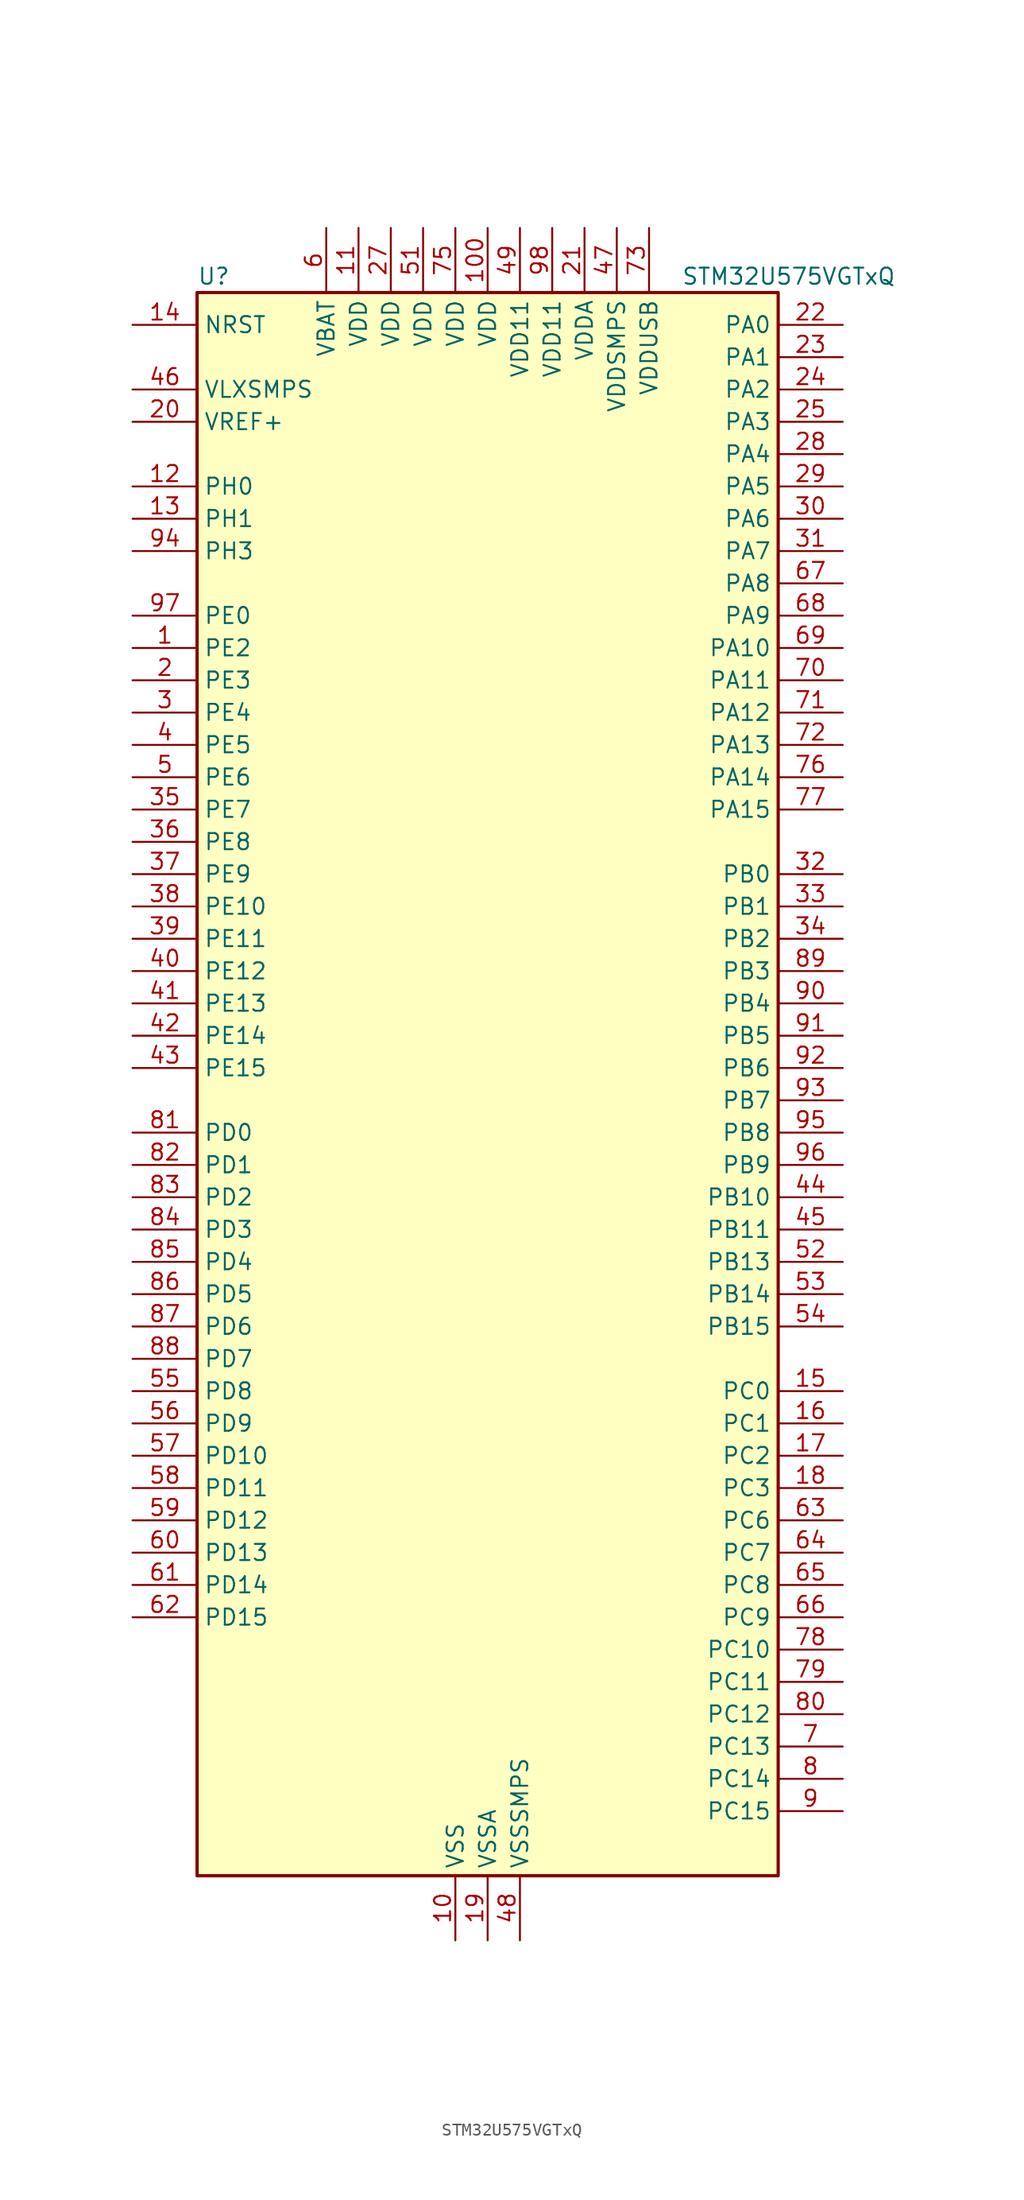
<source format=kicad_sym>
(kicad_symbol_lib
  (version 20211014)
  (generator kicad-library-utils)
  (symbol "STM32U575VGTxQ"
    (property "Reference" "U"
      (at -22.86 64.77 0)
      (effects (font (size 1.27 1.27)) (justify left)))
    (property "Value" "STM32U575VGTxQ"
      (at 15.24 64.77 0)
      (effects (font (size 1.27 1.27)) (justify left)))
    (property "ki_fp_filters" "LQFP*14x14mm*P0.5mm*"
      (at 0.0 0.0 0.0)
      (effects (font (size 1.27 1.27))))
    (symbol "STM32U575VGTxQ_0_1"
      (rectangle (start -22.86 -60.96) (end 22.86 63.5) (stroke (width 0.254)) (fill (type background))))
    (symbol "STM32U575VGTxQ_1_1"
      (pin input line (at -27.94 60.96 0) (length 5.08) (name "NRST" (effects (font (size 1.27 1.27)))) (number "14" (effects (font (size 1.27 1.27)))))
      (pin power_in line (at -27.94 55.88 0) (length 5.08) (name "VLXSMPS" (effects (font (size 1.27 1.27)))) (number "46" (effects (font (size 1.27 1.27)))))
      (pin input line (at -27.94 53.34 0) (length 5.08) (name "VREF+" (effects (font (size 1.27 1.27)))) (number "20" (effects (font (size 1.27 1.27)))) (alternate "VREFBUF_OUT" bidirectional line))
      (pin bidirectional line (at -27.94 48.26 0) (length 5.08) (name "PH0" (effects (font (size 1.27 1.27)))) (number "12" (effects (font (size 1.27 1.27)))) (alternate "RCC_OSC_IN" bidirectional line))
      (pin bidirectional line (at -27.94 45.72 0) (length 5.08) (name "PH1" (effects (font (size 1.27 1.27)))) (number "13" (effects (font (size 1.27 1.27)))) (alternate "RCC_OSC_OUT" bidirectional line))
      (pin bidirectional line (at -27.94 43.18 0) (length 5.08) (name "PH3" (effects (font (size 1.27 1.27)))) (number "94" (effects (font (size 1.27 1.27)))))
      (pin bidirectional line (at -27.94 38.1 0) (length 5.08) (name "PE0" (effects (font (size 1.27 1.27)))) (number "97" (effects (font (size 1.27 1.27)))) (alternate "DCMI_D2" bidirectional line) (alternate "FMC_NBL0" bidirectional line) (alternate "PSSI_D2" bidirectional line) (alternate "TIM16_CH1" bidirectional line) (alternate "TIM4_ETR" bidirectional line))
      (pin bidirectional line (at -27.94 35.56 0) (length 5.08) (name "PE2" (effects (font (size 1.27 1.27)))) (number "1" (effects (font (size 1.27 1.27)))) (alternate "DEBUG_TRACECLK" bidirectional line) (alternate "FMC_A23" bidirectional line) (alternate "SAI1_CK1" bidirectional line) (alternate "SAI1_MCLK_A" bidirectional line) (alternate "TIM3_ETR" bidirectional line) (alternate "TSC_G7_IO1" bidirectional line))
      (pin bidirectional line (at -27.94 33.02 0) (length 5.08) (name "PE3" (effects (font (size 1.27 1.27)))) (number "2" (effects (font (size 1.27 1.27)))) (alternate "DEBUG_TRACED0" bidirectional line) (alternate "FMC_A19" bidirectional line) (alternate "OCTOSPIM_P1_DQS" bidirectional line) (alternate "SAI1_SD_B" bidirectional line) (alternate "TAMP_IN6" bidirectional line) (alternate "TAMP_OUT3" bidirectional line) (alternate "TIM3_CH1" bidirectional line) (alternate "TSC_G7_IO2" bidirectional line))
      (pin bidirectional line (at -27.94 30.48 0) (length 5.08) (name "PE4" (effects (font (size 1.27 1.27)))) (number "3" (effects (font (size 1.27 1.27)))) (alternate "DCMI_D4" bidirectional line) (alternate "DEBUG_TRACED1" bidirectional line) (alternate "FMC_A20" bidirectional line) (alternate "MDF1_SDI3" bidirectional line) (alternate "PSSI_D4" bidirectional line) (alternate "PWR_WKUP1" bidirectional line) (alternate "SAI1_D2" bidirectional line) (alternate "SAI1_FS_A" bidirectional line) (alternate "TAMP_IN7" bidirectional line) (alternate "TAMP_OUT8" bidirectional line) (alternate "TIM3_CH2" bidirectional line) (alternate "TSC_G7_IO3" bidirectional line))
      (pin bidirectional line (at -27.94 27.94 0) (length 5.08) (name "PE5" (effects (font (size 1.27 1.27)))) (number "4" (effects (font (size 1.27 1.27)))) (alternate "DCMI_D6" bidirectional line) (alternate "DEBUG_TRACED2" bidirectional line) (alternate "FMC_A21" bidirectional line) (alternate "MDF1_CKI3" bidirectional line) (alternate "PSSI_D6" bidirectional line) (alternate "PWR_WKUP2" bidirectional line) (alternate "SAI1_CK2" bidirectional line) (alternate "SAI1_SCK_A" bidirectional line) (alternate "TAMP_IN8" bidirectional line) (alternate "TAMP_OUT7" bidirectional line) (alternate "TIM3_CH3" bidirectional line) (alternate "TSC_G7_IO4" bidirectional line))
      (pin bidirectional line (at -27.94 25.4 0) (length 5.08) (name "PE6" (effects (font (size 1.27 1.27)))) (number "5" (effects (font (size 1.27 1.27)))) (alternate "DCMI_D7" bidirectional line) (alternate "DEBUG_TRACED3" bidirectional line) (alternate "FMC_A22" bidirectional line) (alternate "PSSI_D7" bidirectional line) (alternate "PWR_WKUP3" bidirectional line) (alternate "SAI1_D1" bidirectional line) (alternate "SAI1_SD_A" bidirectional line) (alternate "TAMP_IN3" bidirectional line) (alternate "TAMP_OUT6" bidirectional line) (alternate "TIM3_CH4" bidirectional line))
      (pin bidirectional line (at -27.94 22.86 0) (length 5.08) (name "PE7" (effects (font (size 1.27 1.27)))) (number "35" (effects (font (size 1.27 1.27)))) (alternate "FMC_D4" bidirectional line) (alternate "FMC_DA4" bidirectional line) (alternate "MDF1_SDI2" bidirectional line) (alternate "PWR_WKUP6" bidirectional line) (alternate "SAI1_SD_B" bidirectional line) (alternate "TIM1_ETR" bidirectional line))
      (pin bidirectional line (at -27.94 20.32 0) (length 5.08) (name "PE8" (effects (font (size 1.27 1.27)))) (number "36" (effects (font (size 1.27 1.27)))) (alternate "FMC_D5" bidirectional line) (alternate "FMC_DA5" bidirectional line) (alternate "MDF1_CKI2" bidirectional line) (alternate "PWR_WKUP7" bidirectional line) (alternate "SAI1_SCK_B" bidirectional line) (alternate "TIM1_CH1N" bidirectional line))
      (pin bidirectional line (at -27.94 17.78 0) (length 5.08) (name "PE9" (effects (font (size 1.27 1.27)))) (number "37" (effects (font (size 1.27 1.27)))) (alternate "ADF1_CCK0" bidirectional line) (alternate "DAC1_EXTI9" bidirectional line) (alternate "FMC_D6" bidirectional line) (alternate "FMC_DA6" bidirectional line) (alternate "MDF1_CCK0" bidirectional line) (alternate "OCTOSPIM_P1_NCLK" bidirectional line) (alternate "SAI1_FS_B" bidirectional line) (alternate "TIM1_CH1" bidirectional line))
      (pin bidirectional line (at -27.94 15.24 0) (length 5.08) (name "PE10" (effects (font (size 1.27 1.27)))) (number "38" (effects (font (size 1.27 1.27)))) (alternate "ADF1_SDI0" bidirectional line) (alternate "FMC_D7" bidirectional line) (alternate "FMC_DA7" bidirectional line) (alternate "MDF1_SDI4" bidirectional line) (alternate "OCTOSPIM_P1_CLK" bidirectional line) (alternate "SAI1_MCLK_B" bidirectional line) (alternate "TIM1_CH2N" bidirectional line) (alternate "TSC_G5_IO1" bidirectional line))
      (pin bidirectional line (at -27.94 12.7 0) (length 5.08) (name "PE11" (effects (font (size 1.27 1.27)))) (number "39" (effects (font (size 1.27 1.27)))) (alternate "ADC1_EXTI11" bidirectional line) (alternate "FMC_D8" bidirectional line) (alternate "FMC_DA8" bidirectional line) (alternate "MDF1_CKI4" bidirectional line) (alternate "OCTOSPIM_P1_NCS" bidirectional line) (alternate "SPI1_RDY" bidirectional line) (alternate "TIM1_CH2" bidirectional line) (alternate "TSC_G5_IO2" bidirectional line))
      (pin bidirectional line (at -27.94 10.16 0) (length 5.08) (name "PE12" (effects (font (size 1.27 1.27)))) (number "40" (effects (font (size 1.27 1.27)))) (alternate "FMC_D9" bidirectional line) (alternate "FMC_DA9" bidirectional line) (alternate "MDF1_SDI5" bidirectional line) (alternate "OCTOSPIM_P1_IO0" bidirectional line) (alternate "SPI1_NSS" bidirectional line) (alternate "TIM1_CH3N" bidirectional line) (alternate "TSC_G5_IO3" bidirectional line))
      (pin bidirectional line (at -27.94 7.62 0) (length 5.08) (name "PE13" (effects (font (size 1.27 1.27)))) (number "41" (effects (font (size 1.27 1.27)))) (alternate "FMC_D10" bidirectional line) (alternate "FMC_DA10" bidirectional line) (alternate "MDF1_CKI5" bidirectional line) (alternate "OCTOSPIM_P1_IO1" bidirectional line) (alternate "SPI1_SCK" bidirectional line) (alternate "TIM1_CH3" bidirectional line) (alternate "TSC_G5_IO4" bidirectional line))
      (pin bidirectional line (at -27.94 5.08 0) (length 5.08) (name "PE14" (effects (font (size 1.27 1.27)))) (number "42" (effects (font (size 1.27 1.27)))) (alternate "FMC_D11" bidirectional line) (alternate "FMC_DA11" bidirectional line) (alternate "OCTOSPIM_P1_IO2" bidirectional line) (alternate "SPI1_MISO" bidirectional line) (alternate "TIM1_BKIN2" bidirectional line) (alternate "TIM1_CH4" bidirectional line))
      (pin bidirectional line (at -27.94 2.54 0) (length 5.08) (name "PE15" (effects (font (size 1.27 1.27)))) (number "43" (effects (font (size 1.27 1.27)))) (alternate "ADC1_EXTI15" bidirectional line) (alternate "ADC4_EXTI15" bidirectional line) (alternate "FMC_D12" bidirectional line) (alternate "FMC_DA12" bidirectional line) (alternate "OCTOSPIM_P1_IO3" bidirectional line) (alternate "SPI1_MOSI" bidirectional line) (alternate "TIM1_BKIN" bidirectional line) (alternate "TIM1_CH4N" bidirectional line))
      (pin bidirectional line (at -27.94 -2.54 0) (length 5.08) (name "PD0" (effects (font (size 1.27 1.27)))) (number "81" (effects (font (size 1.27 1.27)))) (alternate "FDCAN1_RX" bidirectional line) (alternate "FMC_D2" bidirectional line) (alternate "FMC_DA2" bidirectional line) (alternate "SPI2_NSS" bidirectional line) (alternate "TIM8_CH4N" bidirectional line))
      (pin bidirectional line (at -27.94 -5.08 0) (length 5.08) (name "PD1" (effects (font (size 1.27 1.27)))) (number "82" (effects (font (size 1.27 1.27)))) (alternate "FDCAN1_TX" bidirectional line) (alternate "FMC_D3" bidirectional line) (alternate "FMC_DA3" bidirectional line) (alternate "SPI2_SCK" bidirectional line))
      (pin bidirectional line (at -27.94 -7.62 0) (length 5.08) (name "PD2" (effects (font (size 1.27 1.27)))) (number "83" (effects (font (size 1.27 1.27)))) (alternate "DCMI_D11" bidirectional line) (alternate "DEBUG_TRACED2" bidirectional line) (alternate "LPTIM4_ETR" bidirectional line) (alternate "PSSI_D11" bidirectional line) (alternate "SDMMC1_CMD" bidirectional line) (alternate "TIM3_ETR" bidirectional line) (alternate "TSC_SYNC" bidirectional line) (alternate "UART5_RX" bidirectional line) (alternate "USART3_DE" bidirectional line) (alternate "USART3_RTS" bidirectional line))
      (pin bidirectional line (at -27.94 -10.16 0) (length 5.08) (name "PD3" (effects (font (size 1.27 1.27)))) (number "84" (effects (font (size 1.27 1.27)))) (alternate "DCMI_D5" bidirectional line) (alternate "FMC_CLK" bidirectional line) (alternate "MDF1_SDI0" bidirectional line) (alternate "OCTOSPIM_P2_NCS" bidirectional line) (alternate "PSSI_D5" bidirectional line) (alternate "SPI2_MISO" bidirectional line) (alternate "SPI2_SCK" bidirectional line) (alternate "USART2_CTS" bidirectional line))
      (pin bidirectional line (at -27.94 -12.7 0) (length 5.08) (name "PD4" (effects (font (size 1.27 1.27)))) (number "85" (effects (font (size 1.27 1.27)))) (alternate "FMC_NOE" bidirectional line) (alternate "MDF1_CKI0" bidirectional line) (alternate "OCTOSPIM_P1_IO4" bidirectional line) (alternate "SPI2_MOSI" bidirectional line) (alternate "USART2_DE" bidirectional line) (alternate "USART2_RTS" bidirectional line))
      (pin bidirectional line (at -27.94 -15.24 0) (length 5.08) (name "PD5" (effects (font (size 1.27 1.27)))) (number "86" (effects (font (size 1.27 1.27)))) (alternate "FMC_NWE" bidirectional line) (alternate "OCTOSPIM_P1_IO5" bidirectional line) (alternate "SPI2_RDY" bidirectional line) (alternate "USART2_TX" bidirectional line))
      (pin bidirectional line (at -27.94 -17.78 0) (length 5.08) (name "PD6" (effects (font (size 1.27 1.27)))) (number "87" (effects (font (size 1.27 1.27)))) (alternate "DCMI_D10" bidirectional line) (alternate "FMC_NWAIT" bidirectional line) (alternate "MDF1_SDI1" bidirectional line) (alternate "OCTOSPIM_P1_IO6" bidirectional line) (alternate "PSSI_D10" bidirectional line) (alternate "SAI1_D1" bidirectional line) (alternate "SAI1_SD_A" bidirectional line) (alternate "SDMMC2_CK" bidirectional line) (alternate "SPI3_MOSI" bidirectional line) (alternate "USART2_RX" bidirectional line))
      (pin bidirectional line (at -27.94 -20.32 0) (length 5.08) (name "PD7" (effects (font (size 1.27 1.27)))) (number "88" (effects (font (size 1.27 1.27)))) (alternate "FMC_NCE" bidirectional line) (alternate "FMC_NE1" bidirectional line) (alternate "LPTIM4_OUT" bidirectional line) (alternate "MDF1_CKI1" bidirectional line) (alternate "OCTOSPIM_P1_IO7" bidirectional line) (alternate "SDMMC2_CMD" bidirectional line) (alternate "USART2_CK" bidirectional line))
      (pin bidirectional line (at -27.94 -22.86 0) (length 5.08) (name "PD8" (effects (font (size 1.27 1.27)))) (number "55" (effects (font (size 1.27 1.27)))) (alternate "DCMI_HSYNC" bidirectional line) (alternate "FMC_D13" bidirectional line) (alternate "FMC_DA13" bidirectional line) (alternate "PSSI_DE" bidirectional line) (alternate "USART3_TX" bidirectional line))
      (pin bidirectional line (at -27.94 -25.4 0) (length 5.08) (name "PD9" (effects (font (size 1.27 1.27)))) (number "56" (effects (font (size 1.27 1.27)))) (alternate "DAC1_EXTI9" bidirectional line) (alternate "DCMI_PIXCLK" bidirectional line) (alternate "FMC_D14" bidirectional line) (alternate "FMC_DA14" bidirectional line) (alternate "LPTIM2_IN2" bidirectional line) (alternate "LPTIM3_IN1" bidirectional line) (alternate "PSSI_PDCK" bidirectional line) (alternate "SAI2_MCLK_A" bidirectional line) (alternate "USART3_RX" bidirectional line))
      (pin bidirectional line (at -27.94 -27.94 0) (length 5.08) (name "PD10" (effects (font (size 1.27 1.27)))) (number "57" (effects (font (size 1.27 1.27)))) (alternate "FMC_D15" bidirectional line) (alternate "FMC_DA15" bidirectional line) (alternate "LPTIM2_CH2" bidirectional line) (alternate "LPTIM3_ETR" bidirectional line) (alternate "SAI2_SCK_A" bidirectional line) (alternate "TSC_G6_IO1" bidirectional line) (alternate "USART3_CK" bidirectional line))
      (pin bidirectional line (at -27.94 -30.48 0) (length 5.08) (name "PD11" (effects (font (size 1.27 1.27)))) (number "58" (effects (font (size 1.27 1.27)))) (alternate "ADC1_EXTI11" bidirectional line) (alternate "ADC4_IN15" bidirectional line) (alternate "FMC_A16" bidirectional line) (alternate "FMC_CLE" bidirectional line) (alternate "I2C4_SMBA" bidirectional line) (alternate "LPTIM2_ETR" bidirectional line) (alternate "SAI2_SD_A" bidirectional line) (alternate "TSC_G6_IO2" bidirectional line) (alternate "USART3_CTS" bidirectional line))
      (pin bidirectional line (at -27.94 -33.02 0) (length 5.08) (name "PD12" (effects (font (size 1.27 1.27)))) (number "59" (effects (font (size 1.27 1.27)))) (alternate "ADC4_IN16" bidirectional line) (alternate "FMC_A17" bidirectional line) (alternate "FMC_ALE" bidirectional line) (alternate "I2C4_SCL" bidirectional line) (alternate "LPTIM2_IN1" bidirectional line) (alternate "SAI2_FS_A" bidirectional line) (alternate "TIM4_CH1" bidirectional line) (alternate "TSC_G6_IO3" bidirectional line) (alternate "USART3_DE" bidirectional line) (alternate "USART3_RTS" bidirectional line))
      (pin bidirectional line (at -27.94 -35.56 0) (length 5.08) (name "PD13" (effects (font (size 1.27 1.27)))) (number "60" (effects (font (size 1.27 1.27)))) (alternate "ADC4_IN17" bidirectional line) (alternate "FMC_A18" bidirectional line) (alternate "I2C4_SDA" bidirectional line) (alternate "LPTIM2_CH1" bidirectional line) (alternate "LPTIM4_IN1" bidirectional line) (alternate "TIM4_CH2" bidirectional line) (alternate "TSC_G6_IO4" bidirectional line))
      (pin bidirectional line (at -27.94 -38.1 0) (length 5.08) (name "PD14" (effects (font (size 1.27 1.27)))) (number "61" (effects (font (size 1.27 1.27)))) (alternate "FMC_D0" bidirectional line) (alternate "FMC_DA0" bidirectional line) (alternate "LPTIM3_CH1" bidirectional line) (alternate "TIM4_CH3" bidirectional line))
      (pin bidirectional line (at -27.94 -40.64 0) (length 5.08) (name "PD15" (effects (font (size 1.27 1.27)))) (number "62" (effects (font (size 1.27 1.27)))) (alternate "ADC1_EXTI15" bidirectional line) (alternate "ADC4_EXTI15" bidirectional line) (alternate "FMC_D1" bidirectional line) (alternate "FMC_DA1" bidirectional line) (alternate "LPTIM3_CH2" bidirectional line) (alternate "TIM4_CH4" bidirectional line))
      (pin bidirectional line (at 27.94 60.96 180) (length 5.08) (name "PA0" (effects (font (size 1.27 1.27)))) (number "22" (effects (font (size 1.27 1.27)))) (alternate "ADC1_IN5" bidirectional line) (alternate "AUDIOCLK" bidirectional line) (alternate "OCTOSPIM_P2_NCS" bidirectional line) (alternate "OPAMP1_VINP" bidirectional line) (alternate "PWR_WKUP1" bidirectional line) (alternate "SDMMC2_CMD" bidirectional line) (alternate "SPI3_RDY" bidirectional line) (alternate "TAMP_IN2" bidirectional line) (alternate "TAMP_OUT1" bidirectional line) (alternate "TIM2_CH1" bidirectional line) (alternate "TIM2_ETR" bidirectional line) (alternate "TIM5_CH1" bidirectional line) (alternate "TIM8_ETR" bidirectional line) (alternate "UART4_TX" bidirectional line) (alternate "USART2_CTS" bidirectional line))
      (pin bidirectional line (at 27.94 58.42 180) (length 5.08) (name "PA1" (effects (font (size 1.27 1.27)))) (number "23" (effects (font (size 1.27 1.27)))) (alternate "ADC1_IN6" bidirectional line) (alternate "I2C1_SMBA" bidirectional line) (alternate "LPTIM1_CH2" bidirectional line) (alternate "OCTOSPIM_P1_DQS" bidirectional line) (alternate "OPAMP1_VINM" bidirectional line) (alternate "PWR_WKUP3" bidirectional line) (alternate "SPI1_SCK" bidirectional line) (alternate "TAMP_IN5" bidirectional line) (alternate "TAMP_OUT4" bidirectional line) (alternate "TIM15_CH1N" bidirectional line) (alternate "TIM2_CH2" bidirectional line) (alternate "TIM5_CH2" bidirectional line) (alternate "UART4_RX" bidirectional line) (alternate "USART2_DE" bidirectional line) (alternate "USART2_RTS" bidirectional line))
      (pin bidirectional line (at 27.94 55.88 180) (length 5.08) (name "PA2" (effects (font (size 1.27 1.27)))) (number "24" (effects (font (size 1.27 1.27)))) (alternate "ADC1_IN7" bidirectional line) (alternate "COMP1_INP" bidirectional line) (alternate "LPUART1_TX" bidirectional line) (alternate "OCTOSPIM_P1_NCS" bidirectional line) (alternate "PWR_WKUP4" bidirectional line) (alternate "RCC_LSCO" bidirectional line) (alternate "SPI1_RDY" bidirectional line) (alternate "TIM15_CH1" bidirectional line) (alternate "TIM2_CH3" bidirectional line) (alternate "TIM5_CH3" bidirectional line) (alternate "UCPD1_FRSTX1" bidirectional line) (alternate "USART2_TX" bidirectional line))
      (pin bidirectional line (at 27.94 53.34 180) (length 5.08) (name "PA3" (effects (font (size 1.27 1.27)))) (number "25" (effects (font (size 1.27 1.27)))) (alternate "ADC1_IN8" bidirectional line) (alternate "LPUART1_RX" bidirectional line) (alternate "OCTOSPIM_P1_CLK" bidirectional line) (alternate "OPAMP1_VOUT" bidirectional line) (alternate "PWR_WKUP5" bidirectional line) (alternate "SAI1_CK1" bidirectional line) (alternate "SAI1_MCLK_A" bidirectional line) (alternate "TIM15_CH2" bidirectional line) (alternate "TIM2_CH4" bidirectional line) (alternate "TIM5_CH4" bidirectional line) (alternate "USART2_RX" bidirectional line))
      (pin bidirectional line (at 27.94 50.8 180) (length 5.08) (name "PA4" (effects (font (size 1.27 1.27)))) (number "28" (effects (font (size 1.27 1.27)))) (alternate "ADC1_IN9" bidirectional line) (alternate "ADC4_IN9" bidirectional line) (alternate "DAC1_OUT1" bidirectional line) (alternate "DCMI_HSYNC" bidirectional line) (alternate "LPTIM2_CH1" bidirectional line) (alternate "OCTOSPIM_P1_NCS" bidirectional line) (alternate "PSSI_DE" bidirectional line) (alternate "PWR_WKUP2" bidirectional line) (alternate "SAI1_FS_B" bidirectional line) (alternate "SPI1_NSS" bidirectional line) (alternate "SPI3_NSS" bidirectional line) (alternate "USART2_CK" bidirectional line))
      (pin bidirectional line (at 27.94 48.26 180) (length 5.08) (name "PA5" (effects (font (size 1.27 1.27)))) (number "29" (effects (font (size 1.27 1.27)))) (alternate "ADC1_IN10" bidirectional line) (alternate "ADC4_IN10" bidirectional line) (alternate "DAC1_OUT2" bidirectional line) (alternate "LPTIM2_ETR" bidirectional line) (alternate "PSSI_D14" bidirectional line) (alternate "PWR_CSLEEP" bidirectional line) (alternate "PWR_WKUP6" bidirectional line) (alternate "SPI1_SCK" bidirectional line) (alternate "TIM2_CH1" bidirectional line) (alternate "TIM2_ETR" bidirectional line) (alternate "TIM8_CH1N" bidirectional line) (alternate "USART3_RX" bidirectional line))
      (pin bidirectional line (at 27.94 45.72 180) (length 5.08) (name "PA6" (effects (font (size 1.27 1.27)))) (number "30" (effects (font (size 1.27 1.27)))) (alternate "ADC1_IN11" bidirectional line) (alternate "ADC4_IN11" bidirectional line) (alternate "DCMI_PIXCLK" bidirectional line) (alternate "LPUART1_CTS" bidirectional line) (alternate "OCTOSPIM_P1_IO3" bidirectional line) (alternate "OPAMP2_VINP" bidirectional line) (alternate "PSSI_PDCK" bidirectional line) (alternate "PWR_CDSTOP" bidirectional line) (alternate "PWR_WKUP7" bidirectional line) (alternate "SPI1_MISO" bidirectional line) (alternate "TIM16_CH1" bidirectional line) (alternate "TIM1_BKIN" bidirectional line) (alternate "TIM3_CH1" bidirectional line) (alternate "TIM8_BKIN" bidirectional line) (alternate "USART3_CTS" bidirectional line))
      (pin bidirectional line (at 27.94 43.18 180) (length 5.08) (name "PA7" (effects (font (size 1.27 1.27)))) (number "31" (effects (font (size 1.27 1.27)))) (alternate "ADC1_IN12" bidirectional line) (alternate "ADC4_IN20" bidirectional line) (alternate "I2C3_SCL" bidirectional line) (alternate "LPTIM2_CH2" bidirectional line) (alternate "OCTOSPIM_P1_IO2" bidirectional line) (alternate "OPAMP2_VINM" bidirectional line) (alternate "PWR_SRDSTOP" bidirectional line) (alternate "PWR_WKUP8" bidirectional line) (alternate "SPI1_MOSI" bidirectional line) (alternate "TIM17_CH1" bidirectional line) (alternate "TIM1_CH1N" bidirectional line) (alternate "TIM3_CH2" bidirectional line) (alternate "TIM8_CH1N" bidirectional line) (alternate "USART3_TX" bidirectional line))
      (pin bidirectional line (at 27.94 40.64 180) (length 5.08) (name "PA8" (effects (font (size 1.27 1.27)))) (number "67" (effects (font (size 1.27 1.27)))) (alternate "DEBUG_TRACECLK" bidirectional line) (alternate "LPTIM2_CH1" bidirectional line) (alternate "RCC_MCO" bidirectional line) (alternate "SAI1_CK2" bidirectional line) (alternate "SAI1_SCK_A" bidirectional line) (alternate "SPI1_RDY" bidirectional line) (alternate "TIM1_CH1" bidirectional line) (alternate "USART1_CK" bidirectional line) (alternate "USB_OTG_FS_SOF" bidirectional line))
      (pin bidirectional line (at 27.94 38.1 180) (length 5.08) (name "PA9" (effects (font (size 1.27 1.27)))) (number "68" (effects (font (size 1.27 1.27)))) (alternate "DAC1_EXTI9" bidirectional line) (alternate "DCMI_D0" bidirectional line) (alternate "PSSI_D0" bidirectional line) (alternate "SAI1_FS_A" bidirectional line) (alternate "SPI2_SCK" bidirectional line) (alternate "TIM15_BKIN" bidirectional line) (alternate "TIM1_CH2" bidirectional line) (alternate "USART1_TX" bidirectional line) (alternate "USB_OTG_FS_VBUS" bidirectional line))
      (pin bidirectional line (at 27.94 35.56 180) (length 5.08) (name "PA10" (effects (font (size 1.27 1.27)))) (number "69" (effects (font (size 1.27 1.27)))) (alternate "CRS_SYNC" bidirectional line) (alternate "DCMI_D1" bidirectional line) (alternate "LPTIM2_IN2" bidirectional line) (alternate "PSSI_D1" bidirectional line) (alternate "SAI1_D1" bidirectional line) (alternate "SAI1_SD_A" bidirectional line) (alternate "TIM17_BKIN" bidirectional line) (alternate "TIM1_CH3" bidirectional line) (alternate "USART1_RX" bidirectional line) (alternate "USB_OTG_FS_ID" bidirectional line))
      (pin bidirectional line (at 27.94 33.02 180) (length 5.08) (name "PA11" (effects (font (size 1.27 1.27)))) (number "70" (effects (font (size 1.27 1.27)))) (alternate "ADC1_EXTI11" bidirectional line) (alternate "FDCAN1_RX" bidirectional line) (alternate "SPI1_MISO" bidirectional line) (alternate "TIM1_BKIN2" bidirectional line) (alternate "TIM1_CH4" bidirectional line) (alternate "USART1_CTS" bidirectional line) (alternate "USB_OTG_FS_DM" bidirectional line))
      (pin bidirectional line (at 27.94 30.48 180) (length 5.08) (name "PA12" (effects (font (size 1.27 1.27)))) (number "71" (effects (font (size 1.27 1.27)))) (alternate "FDCAN1_TX" bidirectional line) (alternate "OCTOSPIM_P2_NCS" bidirectional line) (alternate "SPI1_MOSI" bidirectional line) (alternate "TIM1_ETR" bidirectional line) (alternate "USART1_DE" bidirectional line) (alternate "USART1_RTS" bidirectional line) (alternate "USB_OTG_FS_DP" bidirectional line))
      (pin bidirectional line (at 27.94 27.94 180) (length 5.08) (name "PA13" (effects (font (size 1.27 1.27)))) (number "72" (effects (font (size 1.27 1.27)))) (alternate "DEBUG_JTMS-SWDIO" bidirectional line) (alternate "IR_OUT" bidirectional line) (alternate "SAI1_SD_B" bidirectional line) (alternate "USB_OTG_FS_NOE" bidirectional line))
      (pin bidirectional line (at 27.94 25.4 180) (length 5.08) (name "PA14" (effects (font (size 1.27 1.27)))) (number "76" (effects (font (size 1.27 1.27)))) (alternate "DEBUG_JTCK-SWCLK" bidirectional line) (alternate "I2C1_SMBA" bidirectional line) (alternate "I2C4_SMBA" bidirectional line) (alternate "LPTIM1_CH1" bidirectional line) (alternate "SAI1_FS_B" bidirectional line) (alternate "USB_OTG_FS_SOF" bidirectional line))
      (pin bidirectional line (at 27.94 22.86 180) (length 5.08) (name "PA15" (effects (font (size 1.27 1.27)))) (number "77" (effects (font (size 1.27 1.27)))) (alternate "ADC1_EXTI15" bidirectional line) (alternate "ADC4_EXTI15" bidirectional line) (alternate "DEBUG_JTDI" bidirectional line) (alternate "SAI2_FS_B" bidirectional line) (alternate "SPI1_NSS" bidirectional line) (alternate "SPI3_NSS" bidirectional line) (alternate "TIM2_CH1" bidirectional line) (alternate "TIM2_ETR" bidirectional line) (alternate "UART4_DE" bidirectional line) (alternate "UART4_RTS" bidirectional line) (alternate "UCPD1_CC1" bidirectional line) (alternate "USART2_RX" bidirectional line) (alternate "USART3_DE" bidirectional line) (alternate "USART3_RTS" bidirectional line))
      (pin bidirectional line (at 27.94 17.78 180) (length 5.08) (name "PB0" (effects (font (size 1.27 1.27)))) (number "32" (effects (font (size 1.27 1.27)))) (alternate "ADC1_IN15" bidirectional line) (alternate "ADC4_IN18" bidirectional line) (alternate "AUDIOCLK" bidirectional line) (alternate "COMP1_OUT" bidirectional line) (alternate "LPTIM3_CH1" bidirectional line) (alternate "OCTOSPIM_P1_IO1" bidirectional line) (alternate "OPAMP2_VOUT" bidirectional line) (alternate "SPI1_NSS" bidirectional line) (alternate "TIM1_CH2N" bidirectional line) (alternate "TIM3_CH3" bidirectional line) (alternate "TIM8_CH2N" bidirectional line) (alternate "USART3_CK" bidirectional line))
      (pin bidirectional line (at 27.94 15.24 180) (length 5.08) (name "PB1" (effects (font (size 1.27 1.27)))) (number "33" (effects (font (size 1.27 1.27)))) (alternate "ADC1_IN16" bidirectional line) (alternate "ADC4_IN19" bidirectional line) (alternate "COMP1_INM" bidirectional line) (alternate "LPTIM2_IN1" bidirectional line) (alternate "LPTIM3_CH2" bidirectional line) (alternate "LPUART1_DE" bidirectional line) (alternate "LPUART1_RTS" bidirectional line) (alternate "MDF1_SDI0" bidirectional line) (alternate "OCTOSPIM_P1_IO0" bidirectional line) (alternate "PWR_WKUP4" bidirectional line) (alternate "TIM1_CH3N" bidirectional line) (alternate "TIM3_CH4" bidirectional line) (alternate "TIM8_CH3N" bidirectional line) (alternate "USART3_DE" bidirectional line) (alternate "USART3_RTS" bidirectional line))
      (pin bidirectional line (at 27.94 12.7 180) (length 5.08) (name "PB2" (effects (font (size 1.27 1.27)))) (number "34" (effects (font (size 1.27 1.27)))) (alternate "ADC1_IN17" bidirectional line) (alternate "COMP1_INP" bidirectional line) (alternate "I2C3_SMBA" bidirectional line) (alternate "LPTIM1_CH1" bidirectional line) (alternate "MDF1_CKI0" bidirectional line) (alternate "OCTOSPIM_P1_DQS" bidirectional line) (alternate "PWR_WKUP1" bidirectional line) (alternate "RTC_OUT2" bidirectional line) (alternate "SPI1_RDY" bidirectional line) (alternate "TIM8_CH4N" bidirectional line) (alternate "UCPD1_FRSTX1" bidirectional line))
      (pin bidirectional line (at 27.94 10.16 180) (length 5.08) (name "PB3" (effects (font (size 1.27 1.27)))) (number "89" (effects (font (size 1.27 1.27)))) (alternate "ADF1_CCK0" bidirectional line) (alternate "COMP2_INM" bidirectional line) (alternate "CRS_SYNC" bidirectional line) (alternate "DEBUG_JTDO-SWO" bidirectional line) (alternate "I2C1_SDA" bidirectional line) (alternate "LPTIM1_CH1" bidirectional line) (alternate "SAI1_SCK_B" bidirectional line) (alternate "SDMMC2_D2" bidirectional line) (alternate "SPI1_SCK" bidirectional line) (alternate "SPI3_SCK" bidirectional line) (alternate "TIM2_CH2" bidirectional line) (alternate "USART1_DE" bidirectional line) (alternate "USART1_RTS" bidirectional line))
      (pin bidirectional line (at 27.94 7.62 180) (length 5.08) (name "PB4" (effects (font (size 1.27 1.27)))) (number "90" (effects (font (size 1.27 1.27)))) (alternate "ADF1_SDI0" bidirectional line) (alternate "COMP2_INP" bidirectional line) (alternate "DCMI_D12" bidirectional line) (alternate "DEBUG_JTRST" bidirectional line) (alternate "I2C3_SDA" bidirectional line) (alternate "LPTIM1_CH2" bidirectional line) (alternate "PSSI_D12" bidirectional line) (alternate "SAI1_MCLK_B" bidirectional line) (alternate "SDMMC2_D3" bidirectional line) (alternate "SPI1_MISO" bidirectional line) (alternate "SPI3_MISO" bidirectional line) (alternate "TIM17_BKIN" bidirectional line) (alternate "TIM3_CH1" bidirectional line) (alternate "TSC_G2_IO1" bidirectional line) (alternate "UART5_DE" bidirectional line) (alternate "UART5_RTS" bidirectional line) (alternate "USART1_CTS" bidirectional line))
      (pin bidirectional line (at 27.94 5.08 180) (length 5.08) (name "PB5" (effects (font (size 1.27 1.27)))) (number "91" (effects (font (size 1.27 1.27)))) (alternate "COMP2_OUT" bidirectional line) (alternate "DCMI_D10" bidirectional line) (alternate "I2C1_SMBA" bidirectional line) (alternate "LPTIM1_IN1" bidirectional line) (alternate "OCTOSPIM_P1_NCLK" bidirectional line) (alternate "PSSI_D10" bidirectional line) (alternate "PWR_WKUP6" bidirectional line) (alternate "SAI1_SD_B" bidirectional line) (alternate "SPI1_MOSI" bidirectional line) (alternate "SPI3_MOSI" bidirectional line) (alternate "TIM16_BKIN" bidirectional line) (alternate "TIM3_CH2" bidirectional line) (alternate "TSC_G2_IO2" bidirectional line) (alternate "UART5_CTS" bidirectional line) (alternate "UCPD1_DBCC1" bidirectional line) (alternate "USART1_CK" bidirectional line))
      (pin bidirectional line (at 27.94 2.54 180) (length 5.08) (name "PB6" (effects (font (size 1.27 1.27)))) (number "92" (effects (font (size 1.27 1.27)))) (alternate "COMP2_INP" bidirectional line) (alternate "DCMI_D5" bidirectional line) (alternate "I2C1_SCL" bidirectional line) (alternate "I2C4_SCL" bidirectional line) (alternate "LPTIM1_ETR" bidirectional line) (alternate "MDF1_SDI5" bidirectional line) (alternate "PSSI_D5" bidirectional line) (alternate "PWR_WKUP3" bidirectional line) (alternate "SAI1_FS_B" bidirectional line) (alternate "TIM16_CH1N" bidirectional line) (alternate "TIM4_CH1" bidirectional line) (alternate "TIM8_BKIN2" bidirectional line) (alternate "TSC_G2_IO3" bidirectional line) (alternate "USART1_TX" bidirectional line))
      (pin bidirectional line (at 27.94 0.0 180) (length 5.08) (name "PB7" (effects (font (size 1.27 1.27)))) (number "93" (effects (font (size 1.27 1.27)))) (alternate "COMP2_INM" bidirectional line) (alternate "DCMI_VSYNC" bidirectional line) (alternate "FMC_NL" bidirectional line) (alternate "I2C1_SDA" bidirectional line) (alternate "I2C4_SDA" bidirectional line) (alternate "LPTIM1_IN2" bidirectional line) (alternate "MDF1_CKI5" bidirectional line) (alternate "PSSI_RDY" bidirectional line) (alternate "PWR_PVD_IN" bidirectional line) (alternate "PWR_WKUP4" bidirectional line) (alternate "TIM17_CH1N" bidirectional line) (alternate "TIM4_CH2" bidirectional line) (alternate "TIM8_BKIN" bidirectional line) (alternate "TSC_G2_IO4" bidirectional line) (alternate "UART4_CTS" bidirectional line) (alternate "USART1_RX" bidirectional line))
      (pin bidirectional line (at 27.94 -2.54 180) (length 5.08) (name "PB8" (effects (font (size 1.27 1.27)))) (number "95" (effects (font (size 1.27 1.27)))) (alternate "DCMI_D6" bidirectional line) (alternate "FDCAN1_RX" bidirectional line) (alternate "I2C1_SCL" bidirectional line) (alternate "MDF1_CCK0" bidirectional line) (alternate "PSSI_D6" bidirectional line) (alternate "PWR_WKUP5" bidirectional line) (alternate "SAI1_CK1" bidirectional line) (alternate "SAI1_MCLK_A" bidirectional line) (alternate "SDMMC1_CKIN" bidirectional line) (alternate "SDMMC1_D4" bidirectional line) (alternate "SDMMC2_D4" bidirectional line) (alternate "SPI3_RDY" bidirectional line) (alternate "TIM16_CH1" bidirectional line) (alternate "TIM4_CH3" bidirectional line))
      (pin bidirectional line (at 27.94 -5.08 180) (length 5.08) (name "PB9" (effects (font (size 1.27 1.27)))) (number "96" (effects (font (size 1.27 1.27)))) (alternate "DAC1_EXTI9" bidirectional line) (alternate "DCMI_D7" bidirectional line) (alternate "FDCAN1_TX" bidirectional line) (alternate "I2C1_SDA" bidirectional line) (alternate "IR_OUT" bidirectional line) (alternate "PSSI_D7" bidirectional line) (alternate "SAI1_D2" bidirectional line) (alternate "SAI1_FS_A" bidirectional line) (alternate "SDMMC1_CDIR" bidirectional line) (alternate "SDMMC1_D5" bidirectional line) (alternate "SDMMC2_D5" bidirectional line) (alternate "SPI2_NSS" bidirectional line) (alternate "TIM17_CH1" bidirectional line) (alternate "TIM4_CH4" bidirectional line))
      (pin bidirectional line (at 27.94 -7.62 180) (length 5.08) (name "PB10" (effects (font (size 1.27 1.27)))) (number "44" (effects (font (size 1.27 1.27)))) (alternate "COMP1_OUT" bidirectional line) (alternate "I2C2_SCL" bidirectional line) (alternate "I2C4_SCL" bidirectional line) (alternate "LPTIM3_CH1" bidirectional line) (alternate "LPUART1_RX" bidirectional line) (alternate "OCTOSPIM_P1_CLK" bidirectional line) (alternate "PWR_WKUP8" bidirectional line) (alternate "SAI1_SCK_A" bidirectional line) (alternate "SPI2_SCK" bidirectional line) (alternate "TIM2_CH3" bidirectional line) (alternate "TSC_SYNC" bidirectional line) (alternate "USART3_TX" bidirectional line))
      (pin bidirectional line (at 27.94 -10.16 180) (length 5.08) (name "PB11" (effects (font (size 1.27 1.27)))) (number "45" (effects (font (size 1.27 1.27)))) (alternate "ADC1_EXTI11" bidirectional line) (alternate "COMP2_OUT" bidirectional line) (alternate "I2C2_SDA" bidirectional line) (alternate "I2C4_SDA" bidirectional line) (alternate "LPUART1_TX" bidirectional line) (alternate "OCTOSPIM_P1_NCS" bidirectional line) (alternate "SPI2_RDY" bidirectional line) (alternate "TIM2_CH4" bidirectional line) (alternate "USART3_RX" bidirectional line))
      (pin bidirectional line (at 27.94 -12.7 180) (length 5.08) (name "PB13" (effects (font (size 1.27 1.27)))) (number "52" (effects (font (size 1.27 1.27)))) (alternate "I2C2_SCL" bidirectional line) (alternate "LPTIM3_IN1" bidirectional line) (alternate "LPUART1_CTS" bidirectional line) (alternate "MDF1_CKI1" bidirectional line) (alternate "SAI2_SCK_A" bidirectional line) (alternate "SPI2_SCK" bidirectional line) (alternate "TIM15_CH1N" bidirectional line) (alternate "TIM1_CH1N" bidirectional line) (alternate "TSC_G1_IO2" bidirectional line) (alternate "USART3_CTS" bidirectional line))
      (pin bidirectional line (at 27.94 -15.24 180) (length 5.08) (name "PB14" (effects (font (size 1.27 1.27)))) (number "53" (effects (font (size 1.27 1.27)))) (alternate "I2C2_SDA" bidirectional line) (alternate "LPTIM3_ETR" bidirectional line) (alternate "MDF1_SDI2" bidirectional line) (alternate "SAI2_MCLK_A" bidirectional line) (alternate "SDMMC2_D0" bidirectional line) (alternate "SPI2_MISO" bidirectional line) (alternate "TIM15_CH1" bidirectional line) (alternate "TIM1_CH2N" bidirectional line) (alternate "TIM8_CH2N" bidirectional line) (alternate "TSC_G1_IO3" bidirectional line) (alternate "UCPD1_DBCC2" bidirectional line) (alternate "USART3_DE" bidirectional line) (alternate "USART3_RTS" bidirectional line))
      (pin bidirectional line (at 27.94 -17.78 180) (length 5.08) (name "PB15" (effects (font (size 1.27 1.27)))) (number "54" (effects (font (size 1.27 1.27)))) (alternate "ADC1_EXTI15" bidirectional line) (alternate "ADC4_EXTI15" bidirectional line) (alternate "FMC_NBL1" bidirectional line) (alternate "LPTIM2_IN2" bidirectional line) (alternate "MDF1_CKI2" bidirectional line) (alternate "PWR_WKUP7" bidirectional line) (alternate "RTC_REFIN" bidirectional line) (alternate "SAI2_SD_A" bidirectional line) (alternate "SDMMC2_D1" bidirectional line) (alternate "SPI2_MOSI" bidirectional line) (alternate "TIM15_CH2" bidirectional line) (alternate "TIM1_CH3N" bidirectional line) (alternate "TIM8_CH3N" bidirectional line) (alternate "UCPD1_CC2" bidirectional line))
      (pin bidirectional line (at 27.94 -22.86 180) (length 5.08) (name "PC0" (effects (font (size 1.27 1.27)))) (number "15" (effects (font (size 1.27 1.27)))) (alternate "ADC1_IN1" bidirectional line) (alternate "ADC4_IN1" bidirectional line) (alternate "I2C3_SCL" bidirectional line) (alternate "LPTIM1_IN1" bidirectional line) (alternate "LPTIM2_IN1" bidirectional line) (alternate "LPUART1_RX" bidirectional line) (alternate "MDF1_SDI4" bidirectional line) (alternate "OCTOSPIM_P1_IO7" bidirectional line) (alternate "SAI2_FS_A" bidirectional line) (alternate "SDMMC1_D5" bidirectional line) (alternate "SPI2_RDY" bidirectional line))
      (pin bidirectional line (at 27.94 -25.4 180) (length 5.08) (name "PC1" (effects (font (size 1.27 1.27)))) (number "16" (effects (font (size 1.27 1.27)))) (alternate "ADC1_IN2" bidirectional line) (alternate "ADC4_IN2" bidirectional line) (alternate "DEBUG_TRACED0" bidirectional line) (alternate "I2C3_SDA" bidirectional line) (alternate "LPTIM1_CH1" bidirectional line) (alternate "LPUART1_TX" bidirectional line) (alternate "MDF1_CKI4" bidirectional line) (alternate "OCTOSPIM_P1_IO4" bidirectional line) (alternate "SAI1_SD_A" bidirectional line) (alternate "SDMMC2_CK" bidirectional line) (alternate "SPI2_MOSI" bidirectional line))
      (pin bidirectional line (at 27.94 -27.94 180) (length 5.08) (name "PC2" (effects (font (size 1.27 1.27)))) (number "17" (effects (font (size 1.27 1.27)))) (alternate "ADC1_IN3" bidirectional line) (alternate "ADC4_IN3" bidirectional line) (alternate "LPTIM1_IN2" bidirectional line) (alternate "MDF1_CCK1" bidirectional line) (alternate "OCTOSPIM_P1_IO5" bidirectional line) (alternate "SPI2_MISO" bidirectional line))
      (pin bidirectional line (at 27.94 -30.48 180) (length 5.08) (name "PC3" (effects (font (size 1.27 1.27)))) (number "18" (effects (font (size 1.27 1.27)))) (alternate "ADC1_IN4" bidirectional line) (alternate "ADC4_IN4" bidirectional line) (alternate "LPTIM1_ETR" bidirectional line) (alternate "LPTIM2_ETR" bidirectional line) (alternate "LPTIM3_CH1" bidirectional line) (alternate "OCTOSPIM_P1_IO6" bidirectional line) (alternate "SAI1_D1" bidirectional line) (alternate "SAI1_SD_A" bidirectional line) (alternate "SPI2_MOSI" bidirectional line))
      (pin bidirectional line (at 27.94 -33.02 180) (length 5.08) (name "PC6" (effects (font (size 1.27 1.27)))) (number "63" (effects (font (size 1.27 1.27)))) (alternate "DCMI_D0" bidirectional line) (alternate "MDF1_CKI3" bidirectional line) (alternate "PSSI_D0" bidirectional line) (alternate "PWR_CSLEEP" bidirectional line) (alternate "SAI2_MCLK_A" bidirectional line) (alternate "SDMMC1_D0DIR" bidirectional line) (alternate "SDMMC1_D6" bidirectional line) (alternate "SDMMC2_D6" bidirectional line) (alternate "TIM3_CH1" bidirectional line) (alternate "TIM8_CH1" bidirectional line) (alternate "TSC_G4_IO1" bidirectional line))
      (pin bidirectional line (at 27.94 -35.56 180) (length 5.08) (name "PC7" (effects (font (size 1.27 1.27)))) (number "64" (effects (font (size 1.27 1.27)))) (alternate "DCMI_D1" bidirectional line) (alternate "LPTIM2_CH2" bidirectional line) (alternate "MDF1_SDI3" bidirectional line) (alternate "PSSI_D1" bidirectional line) (alternate "PWR_CDSTOP" bidirectional line) (alternate "SAI2_MCLK_B" bidirectional line) (alternate "SDMMC1_D123DIR" bidirectional line) (alternate "SDMMC1_D7" bidirectional line) (alternate "SDMMC2_D7" bidirectional line) (alternate "TIM3_CH2" bidirectional line) (alternate "TIM8_CH2" bidirectional line) (alternate "TSC_G4_IO2" bidirectional line))
      (pin bidirectional line (at 27.94 -38.1 180) (length 5.08) (name "PC8" (effects (font (size 1.27 1.27)))) (number "65" (effects (font (size 1.27 1.27)))) (alternate "DCMI_D2" bidirectional line) (alternate "LPTIM3_CH1" bidirectional line) (alternate "PSSI_D2" bidirectional line) (alternate "PWR_SRDSTOP" bidirectional line) (alternate "SDMMC1_D0" bidirectional line) (alternate "TIM3_CH3" bidirectional line) (alternate "TIM8_CH3" bidirectional line) (alternate "TSC_G4_IO3" bidirectional line))
      (pin bidirectional line (at 27.94 -40.64 180) (length 5.08) (name "PC9" (effects (font (size 1.27 1.27)))) (number "66" (effects (font (size 1.27 1.27)))) (alternate "DAC1_EXTI9" bidirectional line) (alternate "DCMI_D3" bidirectional line) (alternate "DEBUG_TRACED0" bidirectional line) (alternate "LPTIM3_CH2" bidirectional line) (alternate "PSSI_D3" bidirectional line) (alternate "SDMMC1_D1" bidirectional line) (alternate "TIM3_CH4" bidirectional line) (alternate "TIM8_BKIN2" bidirectional line) (alternate "TIM8_CH4" bidirectional line) (alternate "TSC_G4_IO4" bidirectional line) (alternate "USB_OTG_FS_NOE" bidirectional line))
      (pin bidirectional line (at 27.94 -43.18 180) (length 5.08) (name "PC10" (effects (font (size 1.27 1.27)))) (number "78" (effects (font (size 1.27 1.27)))) (alternate "ADF1_CCK1" bidirectional line) (alternate "DCMI_D8" bidirectional line) (alternate "DEBUG_TRACED1" bidirectional line) (alternate "LPTIM3_ETR" bidirectional line) (alternate "PSSI_D8" bidirectional line) (alternate "SAI2_SCK_B" bidirectional line) (alternate "SDMMC1_D2" bidirectional line) (alternate "SPI3_SCK" bidirectional line) (alternate "TSC_G3_IO2" bidirectional line) (alternate "UART4_TX" bidirectional line) (alternate "USART3_TX" bidirectional line))
      (pin bidirectional line (at 27.94 -45.72 180) (length 5.08) (name "PC11" (effects (font (size 1.27 1.27)))) (number "79" (effects (font (size 1.27 1.27)))) (alternate "ADC1_EXTI11" bidirectional line) (alternate "ADF1_SDI0" bidirectional line) (alternate "DCMI_D2" bidirectional line) (alternate "DCMI_D4" bidirectional line) (alternate "LPTIM3_IN1" bidirectional line) (alternate "OCTOSPIM_P1_NCS" bidirectional line) (alternate "PSSI_D2" bidirectional line) (alternate "PSSI_D4" bidirectional line) (alternate "SAI2_MCLK_B" bidirectional line) (alternate "SDMMC1_D3" bidirectional line) (alternate "SPI3_MISO" bidirectional line) (alternate "TSC_G3_IO3" bidirectional line) (alternate "UART4_RX" bidirectional line) (alternate "UCPD1_FRSTX2" bidirectional line) (alternate "USART3_RX" bidirectional line))
      (pin bidirectional line (at 27.94 -48.26 180) (length 5.08) (name "PC12" (effects (font (size 1.27 1.27)))) (number "80" (effects (font (size 1.27 1.27)))) (alternate "DCMI_D9" bidirectional line) (alternate "DEBUG_TRACED3" bidirectional line) (alternate "PSSI_D9" bidirectional line) (alternate "SAI2_SD_B" bidirectional line) (alternate "SDMMC1_CK" bidirectional line) (alternate "SPI3_MOSI" bidirectional line) (alternate "TSC_G3_IO4" bidirectional line) (alternate "UART5_TX" bidirectional line) (alternate "USART3_CK" bidirectional line))
      (pin bidirectional line (at 27.94 -50.8 180) (length 5.08) (name "PC13" (effects (font (size 1.27 1.27)))) (number "7" (effects (font (size 1.27 1.27)))) (alternate "PWR_WKUP2" bidirectional line) (alternate "RTC_OUT1" bidirectional line) (alternate "RTC_TS" bidirectional line) (alternate "TAMP_IN1" bidirectional line) (alternate "TAMP_OUT2" bidirectional line))
      (pin bidirectional line (at 27.94 -53.34 180) (length 5.08) (name "PC14" (effects (font (size 1.27 1.27)))) (number "8" (effects (font (size 1.27 1.27)))) (alternate "RCC_OSC32_IN" bidirectional line))
      (pin bidirectional line (at 27.94 -55.88 180) (length 5.08) (name "PC15" (effects (font (size 1.27 1.27)))) (number "9" (effects (font (size 1.27 1.27)))) (alternate "ADC1_EXTI15" bidirectional line) (alternate "ADC4_EXTI15" bidirectional line) (alternate "RCC_OSC32_OUT" bidirectional line))
      (pin power_in line (at -12.7 68.58 270) (length 5.08) (name "VBAT" (effects (font (size 1.27 1.27)))) (number "6" (effects (font (size 1.27 1.27)))))
      (pin power_in line (at -10.16 68.58 270) (length 5.08) (name "VDD" (effects (font (size 1.27 1.27)))) (number "11" (effects (font (size 1.27 1.27)))))
      (pin power_in line (at -7.62 68.58 270) (length 5.08) (name "VDD" (effects (font (size 1.27 1.27)))) (number "27" (effects (font (size 1.27 1.27)))))
      (pin power_in line (at -5.08 68.58 270) (length 5.08) (name "VDD" (effects (font (size 1.27 1.27)))) (number "51" (effects (font (size 1.27 1.27)))))
      (pin power_in line (at -2.54 68.58 270) (length 5.08) (name "VDD" (effects (font (size 1.27 1.27)))) (number "75" (effects (font (size 1.27 1.27)))))
      (pin power_in line (at 0.0 68.58 270) (length 5.08) (name "VDD" (effects (font (size 1.27 1.27)))) (number "100" (effects (font (size 1.27 1.27)))))
      (pin power_in line (at 2.54 68.58 270) (length 5.08) (name "VDD11" (effects (font (size 1.27 1.27)))) (number "49" (effects (font (size 1.27 1.27)))))
      (pin power_in line (at 5.08 68.58 270) (length 5.08) (name "VDD11" (effects (font (size 1.27 1.27)))) (number "98" (effects (font (size 1.27 1.27)))))
      (pin power_in line (at 7.62 68.58 270) (length 5.08) (name "VDDA" (effects (font (size 1.27 1.27)))) (number "21" (effects (font (size 1.27 1.27)))))
      (pin power_in line (at 10.16 68.58 270) (length 5.08) (name "VDDSMPS" (effects (font (size 1.27 1.27)))) (number "47" (effects (font (size 1.27 1.27)))))
      (pin power_in line (at 12.7 68.58 270) (length 5.08) (name "VDDUSB" (effects (font (size 1.27 1.27)))) (number "73" (effects (font (size 1.27 1.27)))))
      (pin power_in line (at -2.54 -66.04 90) (length 5.08) (name "VSS" (effects (font (size 1.27 1.27)))) (number "10" (effects (font (size 1.27 1.27)))))
      (pin passive line (at -2.54 -66.04 90) (length 5.08) hide (name "VSS" (effects (font (size 1.27 1.27)))) (number "26" (effects (font (size 1.27 1.27)))))
      (pin passive line (at -2.54 -66.04 90) (length 5.08) hide (name "VSS" (effects (font (size 1.27 1.27)))) (number "50" (effects (font (size 1.27 1.27)))))
      (pin passive line (at -2.54 -66.04 90) (length 5.08) hide (name "VSS" (effects (font (size 1.27 1.27)))) (number "74" (effects (font (size 1.27 1.27)))))
      (pin passive line (at -2.54 -66.04 90) (length 5.08) hide (name "VSS" (effects (font (size 1.27 1.27)))) (number "99" (effects (font (size 1.27 1.27)))))
      (pin power_in line (at 0.0 -66.04 90) (length 5.08) (name "VSSA" (effects (font (size 1.27 1.27)))) (number "19" (effects (font (size 1.27 1.27)))))
      (pin power_in line (at 2.54 -66.04 90) (length 5.08) (name "VSSSMPS" (effects (font (size 1.27 1.27)))) (number "48" (effects (font (size 1.27 1.27))))))))
</source>
